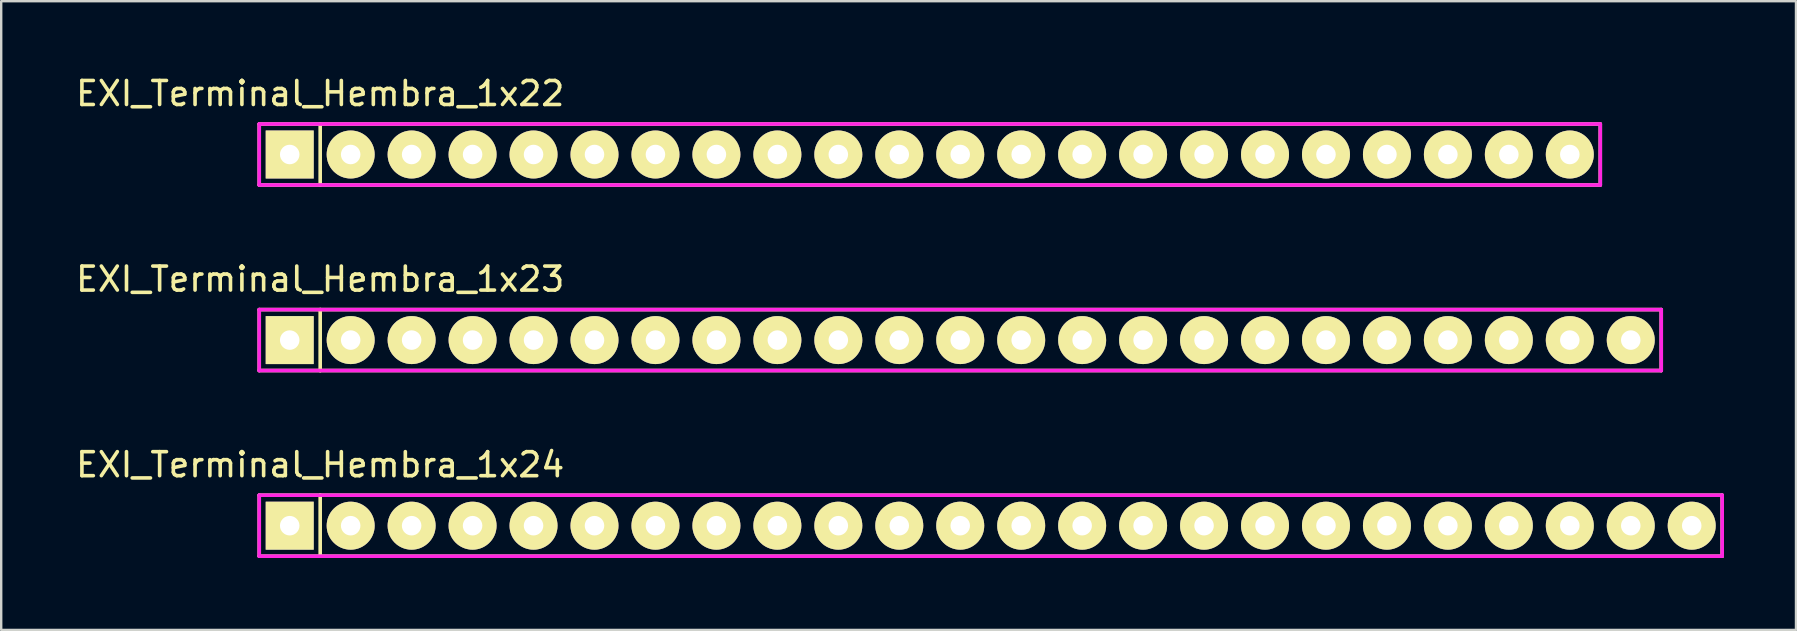
<source format=kicad_pcb>
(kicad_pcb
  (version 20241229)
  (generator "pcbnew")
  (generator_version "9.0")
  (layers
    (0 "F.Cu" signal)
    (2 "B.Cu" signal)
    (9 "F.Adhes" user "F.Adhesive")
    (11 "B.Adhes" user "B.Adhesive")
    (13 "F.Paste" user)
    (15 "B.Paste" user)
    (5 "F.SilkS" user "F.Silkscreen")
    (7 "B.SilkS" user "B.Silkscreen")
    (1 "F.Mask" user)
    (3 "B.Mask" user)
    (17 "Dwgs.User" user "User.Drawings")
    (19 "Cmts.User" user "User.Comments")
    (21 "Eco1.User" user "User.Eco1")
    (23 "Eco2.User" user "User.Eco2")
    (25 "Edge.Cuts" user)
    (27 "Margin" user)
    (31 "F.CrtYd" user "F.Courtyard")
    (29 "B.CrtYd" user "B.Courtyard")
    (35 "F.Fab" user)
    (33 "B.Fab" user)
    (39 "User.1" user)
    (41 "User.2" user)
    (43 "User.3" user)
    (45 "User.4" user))
  (footprint "EXI_Terminal_Hembra_1x22"
    (layer "F.Cu")
    (at 35.692 3.388)
    (property "Reference" "EXI_Terminal_Hembra_1x22" (at -25.4 -2.54 0) (layer "F.SilkS") (effects (font (size 1 1) (thickness 0.15))))
    (attr through_hole)
    (fp_line (start -27.94 -1.27) (end -27.94 1.27) (stroke (width 0.15) (type solid)) (layer "F.SilkS"))
    (fp_line (start -27.94 1.27) (end -25.4 1.27) (stroke (width 0.15) (type solid)) (layer "F.SilkS"))
    (fp_line (start -25.4 -1.27) (end -27.94 -1.27) (stroke (width 0.15) (type solid)) (layer "F.SilkS"))
    (fp_line (start -25.4 -1.27) (end 27.94 -1.27) (stroke (width 0.15) (type solid)) (layer "F.SilkS"))
    (fp_line (start -25.4 1.27) (end -25.4 -1.27) (stroke (width 0.15) (type solid)) (layer "F.SilkS"))
    (fp_line (start 27.94 -1.27) (end 27.94 1.27) (stroke (width 0.15) (type solid)) (layer "F.SilkS"))
    (fp_line (start 27.94 1.27) (end -25.4 1.27) (stroke (width 0.15) (type solid)) (layer "F.SilkS"))
    (fp_line (start -27.94 -1.27) (end 27.94 -1.27) (stroke (width 0.15) (type solid)) (layer "F.CrtYd"))
    (fp_line (start -27.94 1.27) (end -27.94 -1.27) (stroke (width 0.15) (type solid)) (layer "F.CrtYd"))
    (fp_line (start 27.94 1.27) (end -27.94 1.27) (stroke (width 0.15) (type solid)) (layer "F.CrtYd"))
    (fp_line (start 27.94 1.27) (end 27.94 -1.27) (stroke (width 0.15) (type solid)) (layer "F.CrtYd"))
    (pad "1" thru_hole rect (at -26.67 0) (size 1.999 1.999) (drill 0.813) (layers "*.Cu" "*.Mask" "F.SilkS"))
    (pad "2" thru_hole circle (at -24.13 0) (size 1.999 1.999) (drill 0.813) (layers "*.Cu" "*.Mask" "F.SilkS"))
    (pad "3" thru_hole circle (at -21.59 0) (size 1.999 1.999) (drill 0.813) (layers "*.Cu" "*.Mask" "F.SilkS"))
    (pad "4" thru_hole circle (at -19.05 0) (size 1.999 1.999) (drill 0.813) (layers "*.Cu" "*.Mask" "F.SilkS"))
    (pad "5" thru_hole circle (at -16.51 0) (size 1.999 1.999) (drill 0.813) (layers "*.Cu" "*.Mask" "F.SilkS"))
    (pad "6" thru_hole circle (at -13.97 0) (size 1.999 1.999) (drill 0.813) (layers "*.Cu" "*.Mask" "F.SilkS"))
    (pad "7" thru_hole circle (at -11.43 0) (size 1.999 1.999) (drill 0.813) (layers "*.Cu" "*.Mask" "F.SilkS"))
    (pad "8" thru_hole circle (at -8.89 0) (size 1.999 1.999) (drill 0.813) (layers "*.Cu" "*.Mask" "F.SilkS"))
    (pad "9" thru_hole circle (at -6.35 0) (size 1.999 1.999) (drill 0.813) (layers "*.Cu" "*.Mask" "F.SilkS"))
    (pad "10" thru_hole circle (at -3.81 0) (size 1.999 1.999) (drill 0.813) (layers "*.Cu" "*.Mask" "F.SilkS"))
    (pad "11" thru_hole circle (at -1.27 0) (size 1.999 1.999) (drill 0.813) (layers "*.Cu" "*.Mask" "F.SilkS"))
    (pad "12" thru_hole circle (at 1.27 0) (size 1.999 1.999) (drill 0.813) (layers "*.Cu" "*.Mask" "F.SilkS"))
    (pad "13" thru_hole circle (at 3.81 0) (size 1.999 1.999) (drill 0.813) (layers "*.Cu" "*.Mask" "F.SilkS"))
    (pad "14" thru_hole circle (at 6.35 0) (size 1.999 1.999) (drill 0.813) (layers "*.Cu" "*.Mask" "F.SilkS"))
    (pad "15" thru_hole circle (at 8.89 0) (size 1.999 1.999) (drill 0.813) (layers "*.Cu" "*.Mask" "F.SilkS"))
    (pad "16" thru_hole circle (at 11.43 0) (size 1.999 1.999) (drill 0.813) (layers "*.Cu" "*.Mask" "F.SilkS"))
    (pad "17" thru_hole circle (at 13.97 0) (size 1.999 1.999) (drill 0.813) (layers "*.Cu" "*.Mask" "F.SilkS"))
    (pad "18" thru_hole circle (at 16.51 0) (size 1.999 1.999) (drill 0.813) (layers "*.Cu" "*.Mask" "F.SilkS"))
    (pad "19" thru_hole circle (at 19.05 0) (size 1.999 1.999) (drill 0.813) (layers "*.Cu" "*.Mask" "F.SilkS"))
    (pad "20" thru_hole circle (at 21.59 0) (size 1.999 1.999) (drill 0.813) (layers "*.Cu" "*.Mask" "F.SilkS"))
    (pad "21" thru_hole circle (at 24.13 0) (size 1.999 1.999) (drill 0.813) (layers "*.Cu" "*.Mask" "F.SilkS"))
    (pad "22" thru_hole circle (at 26.67 0) (size 1.999 1.999) (drill 0.813) (layers "*.Cu" "*.Mask" "F.SilkS")))
  (footprint "EXI_Terminal_Hembra_1x23"
    (layer "F.Cu")
    (at 36.962 11.121)
    (property "Reference" "EXI_Terminal_Hembra_1x23" (at -26.67 -2.54 0) (layer "F.SilkS") (effects (font (size 1 1) (thickness 0.15))))
    (attr through_hole)
    (fp_line (start -29.21 -1.27) (end -29.21 1.27) (stroke (width 0.15) (type solid)) (layer "F.SilkS"))
    (fp_line (start -29.21 1.27) (end -26.67 1.27) (stroke (width 0.15) (type solid)) (layer "F.SilkS"))
    (fp_line (start -26.67 -1.27) (end -29.21 -1.27) (stroke (width 0.15) (type solid)) (layer "F.SilkS"))
    (fp_line (start -26.67 -1.27) (end 29.21 -1.27) (stroke (width 0.15) (type solid)) (layer "F.SilkS"))
    (fp_line (start -26.67 1.27) (end -26.67 -1.27) (stroke (width 0.15) (type solid)) (layer "F.SilkS"))
    (fp_line (start 29.21 -1.27) (end 29.21 1.27) (stroke (width 0.15) (type solid)) (layer "F.SilkS"))
    (fp_line (start 29.21 1.27) (end -26.67 1.27) (stroke (width 0.15) (type solid)) (layer "F.SilkS"))
    (fp_line (start -29.21 -1.27) (end 29.21 -1.27) (stroke (width 0.15) (type solid)) (layer "F.CrtYd"))
    (fp_line (start -29.21 1.27) (end -29.21 -1.27) (stroke (width 0.15) (type solid)) (layer "F.CrtYd"))
    (fp_line (start 29.21 1.27) (end -29.21 1.27) (stroke (width 0.15) (type solid)) (layer "F.CrtYd"))
    (fp_line (start 29.21 1.27) (end 29.21 -1.27) (stroke (width 0.15) (type solid)) (layer "F.CrtYd"))
    (pad "1" thru_hole rect (at -27.94 0) (size 1.999 1.999) (drill 0.813) (layers "*.Cu" "*.Mask" "F.SilkS"))
    (pad "2" thru_hole circle (at -25.4 0) (size 1.999 1.999) (drill 0.813) (layers "*.Cu" "*.Mask" "F.SilkS"))
    (pad "3" thru_hole circle (at -22.86 0) (size 1.999 1.999) (drill 0.813) (layers "*.Cu" "*.Mask" "F.SilkS"))
    (pad "4" thru_hole circle (at -20.32 0) (size 1.999 1.999) (drill 0.813) (layers "*.Cu" "*.Mask" "F.SilkS"))
    (pad "5" thru_hole circle (at -17.78 0) (size 1.999 1.999) (drill 0.813) (layers "*.Cu" "*.Mask" "F.SilkS"))
    (pad "6" thru_hole circle (at -15.24 0) (size 1.999 1.999) (drill 0.813) (layers "*.Cu" "*.Mask" "F.SilkS"))
    (pad "7" thru_hole circle (at -12.7 0) (size 1.999 1.999) (drill 0.813) (layers "*.Cu" "*.Mask" "F.SilkS"))
    (pad "8" thru_hole circle (at -10.16 0) (size 1.999 1.999) (drill 0.813) (layers "*.Cu" "*.Mask" "F.SilkS"))
    (pad "9" thru_hole circle (at -7.62 0) (size 1.999 1.999) (drill 0.813) (layers "*.Cu" "*.Mask" "F.SilkS"))
    (pad "10" thru_hole circle (at -5.08 0) (size 1.999 1.999) (drill 0.813) (layers "*.Cu" "*.Mask" "F.SilkS"))
    (pad "11" thru_hole circle (at -2.54 0) (size 1.999 1.999) (drill 0.813) (layers "*.Cu" "*.Mask" "F.SilkS"))
    (pad "12" thru_hole circle (at 0 0) (size 1.999 1.999) (drill 0.813) (layers "*.Cu" "*.Mask" "F.SilkS"))
    (pad "13" thru_hole circle (at 2.54 0) (size 1.999 1.999) (drill 0.813) (layers "*.Cu" "*.Mask" "F.SilkS"))
    (pad "14" thru_hole circle (at 5.08 0) (size 1.999 1.999) (drill 0.813) (layers "*.Cu" "*.Mask" "F.SilkS"))
    (pad "15" thru_hole circle (at 7.62 0) (size 1.999 1.999) (drill 0.813) (layers "*.Cu" "*.Mask" "F.SilkS"))
    (pad "16" thru_hole circle (at 10.16 0) (size 1.999 1.999) (drill 0.813) (layers "*.Cu" "*.Mask" "F.SilkS"))
    (pad "17" thru_hole circle (at 12.7 0) (size 1.999 1.999) (drill 0.813) (layers "*.Cu" "*.Mask" "F.SilkS"))
    (pad "18" thru_hole circle (at 15.24 0) (size 1.999 1.999) (drill 0.813) (layers "*.Cu" "*.Mask" "F.SilkS"))
    (pad "19" thru_hole circle (at 17.78 0) (size 1.999 1.999) (drill 0.813) (layers "*.Cu" "*.Mask" "F.SilkS"))
    (pad "20" thru_hole circle (at 20.32 0) (size 1.999 1.999) (drill 0.813) (layers "*.Cu" "*.Mask" "F.SilkS"))
    (pad "21" thru_hole circle (at 22.86 0) (size 1.999 1.999) (drill 0.813) (layers "*.Cu" "*.Mask" "F.SilkS"))
    (pad "22" thru_hole circle (at 25.4 0) (size 1.999 1.999) (drill 0.813) (layers "*.Cu" "*.Mask" "F.SilkS"))
    (pad "23" thru_hole circle (at 27.94 0) (size 1.999 1.999) (drill 0.813) (layers "*.Cu" "*.Mask" "F.SilkS")))
  (footprint "EXI_Terminal_Hembra_1x24"
    (layer "F.Cu")
    (at 38.232 18.855)
    (property "Reference" "EXI_Terminal_Hembra_1x24" (at -27.94 -2.54 0) (layer "F.SilkS") (effects (font (size 1 1) (thickness 0.15))))
    (attr through_hole)
    (fp_line (start -30.48 -1.27) (end -30.48 1.27) (stroke (width 0.15) (type solid)) (layer "F.SilkS"))
    (fp_line (start -30.48 1.27) (end -27.94 1.27) (stroke (width 0.15) (type solid)) (layer "F.SilkS"))
    (fp_line (start -27.94 -1.27) (end -30.48 -1.27) (stroke (width 0.15) (type solid)) (layer "F.SilkS"))
    (fp_line (start -27.94 -1.27) (end 30.48 -1.27) (stroke (width 0.15) (type solid)) (layer "F.SilkS"))
    (fp_line (start -27.94 1.27) (end -27.94 -1.27) (stroke (width 0.15) (type solid)) (layer "F.SilkS"))
    (fp_line (start 30.48 -1.27) (end 30.48 1.27) (stroke (width 0.15) (type solid)) (layer "F.SilkS"))
    (fp_line (start 30.48 1.27) (end -27.94 1.27) (stroke (width 0.15) (type solid)) (layer "F.SilkS"))
    (fp_line (start -30.48 -1.27) (end 30.48 -1.27) (stroke (width 0.15) (type solid)) (layer "F.CrtYd"))
    (fp_line (start -30.48 1.27) (end -30.48 -1.27) (stroke (width 0.15) (type solid)) (layer "F.CrtYd"))
    (fp_line (start 30.48 1.27) (end -30.48 1.27) (stroke (width 0.15) (type solid)) (layer "F.CrtYd"))
    (fp_line (start 30.48 1.27) (end 30.48 -1.27) (stroke (width 0.15) (type solid)) (layer "F.CrtYd"))
    (pad "1" thru_hole rect (at -29.21 0) (size 1.999 1.999) (drill 0.813) (layers "*.Cu" "*.Mask" "F.SilkS"))
    (pad "2" thru_hole circle (at -26.67 0) (size 1.999 1.999) (drill 0.813) (layers "*.Cu" "*.Mask" "F.SilkS"))
    (pad "3" thru_hole circle (at -24.13 0) (size 1.999 1.999) (drill 0.813) (layers "*.Cu" "*.Mask" "F.SilkS"))
    (pad "4" thru_hole circle (at -21.59 0) (size 1.999 1.999) (drill 0.813) (layers "*.Cu" "*.Mask" "F.SilkS"))
    (pad "5" thru_hole circle (at -19.05 0) (size 1.999 1.999) (drill 0.813) (layers "*.Cu" "*.Mask" "F.SilkS"))
    (pad "6" thru_hole circle (at -16.51 0) (size 1.999 1.999) (drill 0.813) (layers "*.Cu" "*.Mask" "F.SilkS"))
    (pad "7" thru_hole circle (at -13.97 0) (size 1.999 1.999) (drill 0.813) (layers "*.Cu" "*.Mask" "F.SilkS"))
    (pad "8" thru_hole circle (at -11.43 0) (size 1.999 1.999) (drill 0.813) (layers "*.Cu" "*.Mask" "F.SilkS"))
    (pad "9" thru_hole circle (at -8.89 0) (size 1.999 1.999) (drill 0.813) (layers "*.Cu" "*.Mask" "F.SilkS"))
    (pad "10" thru_hole circle (at -6.35 0) (size 1.999 1.999) (drill 0.813) (layers "*.Cu" "*.Mask" "F.SilkS"))
    (pad "11" thru_hole circle (at -3.81 0) (size 1.999 1.999) (drill 0.813) (layers "*.Cu" "*.Mask" "F.SilkS"))
    (pad "12" thru_hole circle (at -1.27 0) (size 1.999 1.999) (drill 0.813) (layers "*.Cu" "*.Mask" "F.SilkS"))
    (pad "13" thru_hole circle (at 1.27 0) (size 1.999 1.999) (drill 0.813) (layers "*.Cu" "*.Mask" "F.SilkS"))
    (pad "14" thru_hole circle (at 3.81 0) (size 1.999 1.999) (drill 0.813) (layers "*.Cu" "*.Mask" "F.SilkS"))
    (pad "15" thru_hole circle (at 6.35 0) (size 1.999 1.999) (drill 0.813) (layers "*.Cu" "*.Mask" "F.SilkS"))
    (pad "16" thru_hole circle (at 8.89 0) (size 1.999 1.999) (drill 0.813) (layers "*.Cu" "*.Mask" "F.SilkS"))
    (pad "17" thru_hole circle (at 11.43 0) (size 1.999 1.999) (drill 0.813) (layers "*.Cu" "*.Mask" "F.SilkS"))
    (pad "18" thru_hole circle (at 13.97 0) (size 1.999 1.999) (drill 0.813) (layers "*.Cu" "*.Mask" "F.SilkS"))
    (pad "19" thru_hole circle (at 16.51 0) (size 1.999 1.999) (drill 0.813) (layers "*.Cu" "*.Mask" "F.SilkS"))
    (pad "20" thru_hole circle (at 19.05 0) (size 1.999 1.999) (drill 0.813) (layers "*.Cu" "*.Mask" "F.SilkS"))
    (pad "21" thru_hole circle (at 21.59 0) (size 1.999 1.999) (drill 0.813) (layers "*.Cu" "*.Mask" "F.SilkS"))
    (pad "22" thru_hole circle (at 24.13 0) (size 1.999 1.999) (drill 0.813) (layers "*.Cu" "*.Mask" "F.SilkS"))
    (pad "23" thru_hole circle (at 26.67 0) (size 1.999 1.999) (drill 0.813) (layers "*.Cu" "*.Mask" "F.SilkS"))
    (pad "24" thru_hole circle (at 29.21 0) (size 1.999 1.999) (drill 0.813) (layers "*.Cu" "*.Mask" "F.SilkS")))
  (gr_rect
    (start -3 -3)
    (end 71.787 23.2)
    (stroke (width 0.1) (type default))
    (fill no)
    (layer "Edge.Cuts")))
</source>
